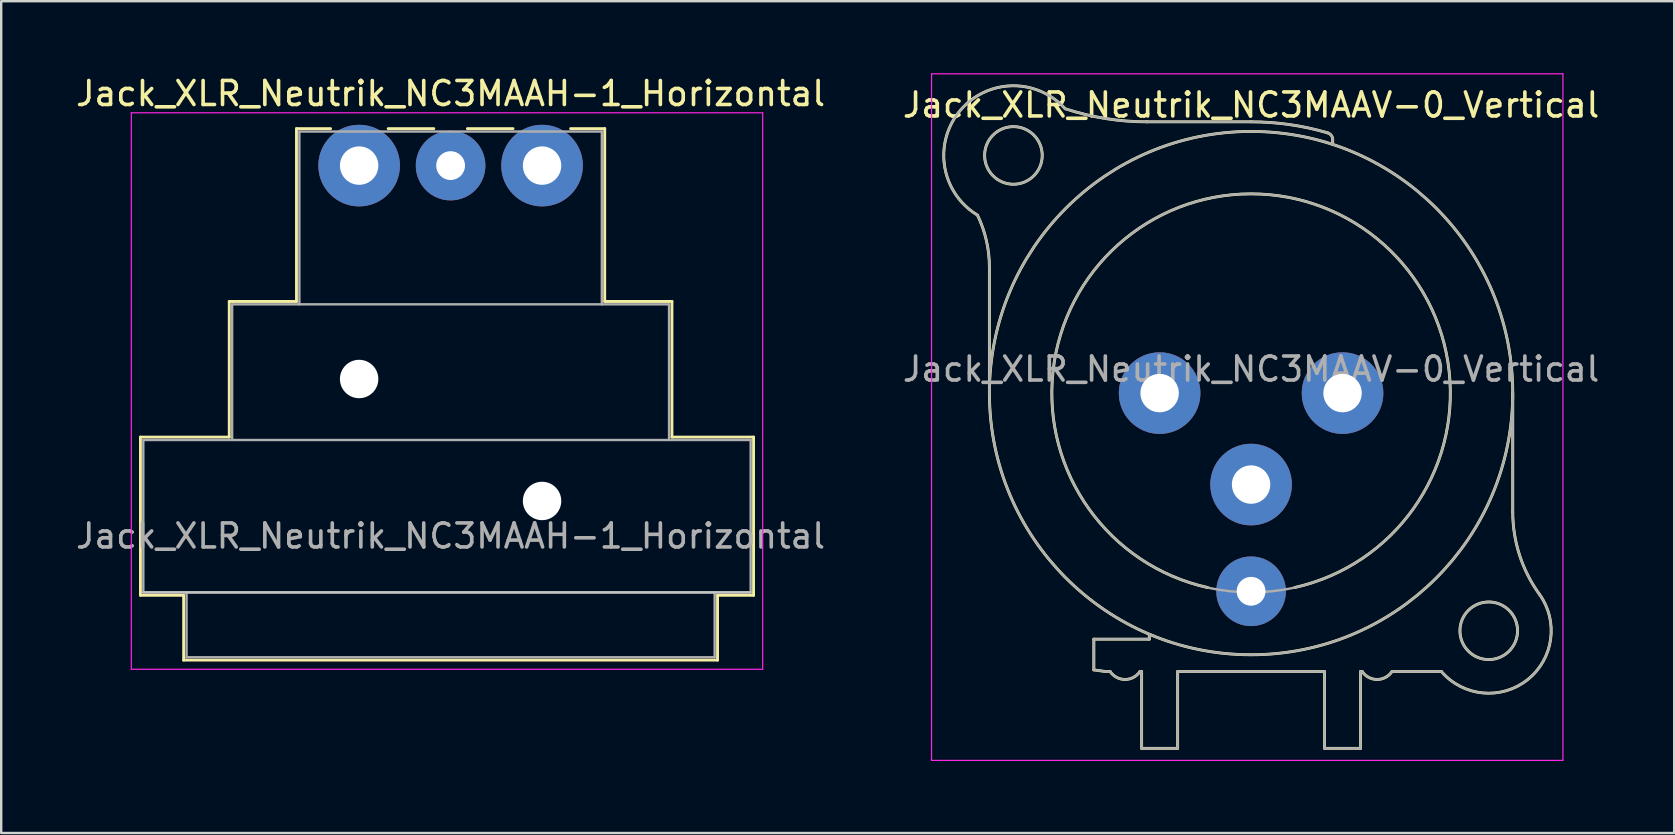
<source format=kicad_pcb>
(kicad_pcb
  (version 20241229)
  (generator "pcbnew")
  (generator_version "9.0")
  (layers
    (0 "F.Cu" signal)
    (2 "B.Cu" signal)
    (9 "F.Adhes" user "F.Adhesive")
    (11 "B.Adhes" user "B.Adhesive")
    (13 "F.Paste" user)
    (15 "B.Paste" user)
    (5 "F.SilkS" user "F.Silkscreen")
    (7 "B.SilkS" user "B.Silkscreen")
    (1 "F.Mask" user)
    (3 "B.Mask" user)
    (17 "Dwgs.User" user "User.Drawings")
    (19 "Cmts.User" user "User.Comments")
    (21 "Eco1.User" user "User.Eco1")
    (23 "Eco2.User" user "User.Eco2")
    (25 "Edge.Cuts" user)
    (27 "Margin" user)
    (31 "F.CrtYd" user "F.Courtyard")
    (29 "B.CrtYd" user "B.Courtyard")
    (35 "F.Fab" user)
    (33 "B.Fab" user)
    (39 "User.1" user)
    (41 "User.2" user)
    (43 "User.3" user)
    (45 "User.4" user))
  (footprint "Jack_XLR_Neutrik_NC3MAAV-0_Vertical"
    (layer "F.Cu")
    (at 45.255 13.325)
    (property "Reference" "Jack_XLR_Neutrik_NC3MAAV-0_Vertical" (at 3.81 -12 0) (layer "F.SilkS") (effects (font (size 1 1) (thickness 0.15))))
    (attr through_hole)
    (fp_line (start -7.09 -5.24) (end -7.09 0) (stroke (width 0.12) (type solid)) (layer "F.SilkS"))
    (fp_line (start -2.74 11.53) (end -2.74 10.25) (stroke (width 0.12) (type solid)) (layer "F.SilkS"))
    (fp_line (start -2.74 11.53) (end -2.24 11.6) (stroke (width 0.12) (type solid)) (layer "F.SilkS"))
    (fp_line (start -2.24 11.6) (end -2.06 11.6) (stroke (width 0.12) (type solid)) (layer "F.SilkS"))
    (fp_line (start -0.75 11.6) (end -0.82 11.6) (stroke (width 0.12) (type solid)) (layer "F.SilkS"))
    (fp_line (start -0.75 11.6) (end -0.75 14.8) (stroke (width 0.12) (type solid)) (layer "F.SilkS"))
    (fp_line (start -0.43 10.25) (end -2.74 10.25) (stroke (width 0.12) (type solid)) (layer "F.SilkS"))
    (fp_line (start -0.43 10.25) (end -0.43 10.05) (stroke (width 0.12) (type solid)) (layer "F.SilkS"))
    (fp_line (start 0.75 11.6) (end 0.75 14.8) (stroke (width 0.12) (type solid)) (layer "F.SilkS"))
    (fp_line (start 0.75 11.6) (end 6.87 11.6) (stroke (width 0.12) (type solid)) (layer "F.SilkS"))
    (fp_line (start 0.75 14.8) (end -0.75 14.8) (stroke (width 0.12) (type solid)) (layer "F.SilkS"))
    (fp_line (start 3.81 -11.3) (end -0.53 -11.3) (stroke (width 0.12) (type solid)) (layer "F.SilkS"))
    (fp_line (start 6.87 11.6) (end 6.87 14.8) (stroke (width 0.12) (type solid)) (layer "F.SilkS"))
    (fp_line (start 7.21 -10.36) (end 7.21 -10.55) (stroke (width 0.12) (type solid)) (layer "F.SilkS"))
    (fp_line (start 8.37 11.6) (end 8.37 14.8) (stroke (width 0.12) (type solid)) (layer "F.SilkS"))
    (fp_line (start 8.37 11.6) (end 8.44 11.6) (stroke (width 0.12) (type solid)) (layer "F.SilkS"))
    (fp_line (start 8.37 14.8) (end 6.87 14.8) (stroke (width 0.12) (type solid)) (layer "F.SilkS"))
    (fp_line (start 9.68 11.6) (end 11.74 11.6) (stroke (width 0.12) (type solid)) (layer "F.SilkS"))
    (fp_line (start 14.71 4.95) (end 14.71 0) (stroke (width 0.12) (type solid)) (layer "F.SilkS"))
    (fp_arc (start -7.588965 -7.414421) (mid -8.331551 -11.74403) (end -3.94 -11.85) (stroke (width 0.12) (type solid)) (layer "F.SilkS"))
    (fp_arc (start -7.584615 -7.408295) (mid -7.215222 -6.351997) (end -7.09 -5.24) (stroke (width 0.12) (type solid)) (layer "F.SilkS"))
    (fp_arc (start -0.820521 11.600769) (mid -1.440464 11.928866) (end -2.06 11.6) (stroke (width 0.12) (type solid)) (layer "F.SilkS"))
    (fp_arc (start -0.53 -11.3) (mid -2.253923 -11.43719) (end -3.934451 -11.845305) (stroke (width 0.12) (type solid)) (layer "F.SilkS"))
    (fp_arc (start 2 8.1) (mid 3.802206 -8.299761) (end 5.635209 8.096586) (stroke (width 0.12) (type solid)) (layer "F.SilkS"))
    (fp_arc (start 3.81 -11.3) (mid 5.421707 -11.184471) (end 7.000458 -10.840248) (stroke (width 0.12) (type solid)) (layer "F.SilkS"))
    (fp_arc (start 7.004232 -10.837678) (mid 7.156013 -10.728814) (end 7.21 -10.55) (stroke (width 0.12) (type solid)) (layer "F.SilkS"))
    (fp_arc (start 9.679479 11.600769) (mid 9.059536 11.928866) (end 8.44 11.6) (stroke (width 0.12) (type solid)) (layer "F.SilkS"))
    (fp_arc (start 15.815277 8.372002) (mid 14.993173 6.748036) (end 14.71 4.95) (stroke (width 0.12) (type solid)) (layer "F.SilkS"))
    (fp_arc (start 15.815343 8.370807) (mid 15.326014 11.93946) (end 11.74 11.6) (stroke (width 0.12) (type solid)) (layer "F.SilkS"))
    (fp_circle (center -6.09 -9.9) (end -4.89 -9.9) (stroke (width 0.12) (type solid)) (fill no) (layer "F.SilkS"))
    (fp_circle (center 3.81 0) (end 14.71 0) (stroke (width 0.12) (type solid)) (fill no) (layer "F.SilkS"))
    (fp_circle (center 13.71 9.9) (end 14.91 9.9) (stroke (width 0.12) (type solid)) (fill no) (layer "F.SilkS"))
    (fp_line (start -9.5 -13.3) (end 16.8 -13.3) (stroke (width 0.05) (type solid)) (layer "F.CrtYd"))
    (fp_line (start -9.5 15.3) (end -9.5 -13.3) (stroke (width 0.05) (type solid)) (layer "F.CrtYd"))
    (fp_line (start 16.8 -13.3) (end 16.8 15.3) (stroke (width 0.05) (type solid)) (layer "F.CrtYd"))
    (fp_line (start 16.8 15.3) (end -9.5 15.3) (stroke (width 0.05) (type solid)) (layer "F.CrtYd"))
    (fp_line (start -7.09 -5.24) (end -7.09 0) (stroke (width 0.1) (type solid)) (layer "F.Fab"))
    (fp_line (start -2.74 11.53) (end -2.74 10.25) (stroke (width 0.1) (type solid)) (layer "F.Fab"))
    (fp_line (start -2.74 11.53) (end -2.24 11.6) (stroke (width 0.1) (type solid)) (layer "F.Fab"))
    (fp_line (start -2.24 11.6) (end -2.06 11.6) (stroke (width 0.1) (type solid)) (layer "F.Fab"))
    (fp_line (start -0.75 11.6) (end -0.82 11.6) (stroke (width 0.1) (type solid)) (layer "F.Fab"))
    (fp_line (start -0.75 11.6) (end -0.75 14.8) (stroke (width 0.1) (type solid)) (layer "F.Fab"))
    (fp_line (start -0.43 10.25) (end -2.74 10.25) (stroke (width 0.1) (type solid)) (layer "F.Fab"))
    (fp_line (start -0.43 10.25) (end -0.43 10.05) (stroke (width 0.1) (type solid)) (layer "F.Fab"))
    (fp_line (start 0.75 11.6) (end 0.75 14.8) (stroke (width 0.1) (type solid)) (layer "F.Fab"))
    (fp_line (start 0.75 11.6) (end 6.87 11.6) (stroke (width 0.1) (type solid)) (layer "F.Fab"))
    (fp_line (start 0.75 14.8) (end -0.75 14.8) (stroke (width 0.1) (type solid)) (layer "F.Fab"))
    (fp_line (start 3.81 -11.3) (end -0.53 -11.3) (stroke (width 0.1) (type solid)) (layer "F.Fab"))
    (fp_line (start 6.87 11.6) (end 6.87 14.8) (stroke (width 0.1) (type solid)) (layer "F.Fab"))
    (fp_line (start 7.21 -10.36) (end 7.21 -10.55) (stroke (width 0.1) (type solid)) (layer "F.Fab"))
    (fp_line (start 8.37 11.6) (end 8.37 14.8) (stroke (width 0.1) (type solid)) (layer "F.Fab"))
    (fp_line (start 8.37 11.6) (end 8.44 11.6) (stroke (width 0.1) (type solid)) (layer "F.Fab"))
    (fp_line (start 8.37 14.8) (end 6.87 14.8) (stroke (width 0.1) (type solid)) (layer "F.Fab"))
    (fp_line (start 9.68 11.6) (end 11.74 11.6) (stroke (width 0.1) (type solid)) (layer "F.Fab"))
    (fp_line (start 14.71 4.95) (end 14.71 0) (stroke (width 0.1) (type solid)) (layer "F.Fab"))
    (fp_arc (start -7.588965 -7.414421) (mid -8.331551 -11.74403) (end -3.94 -11.85) (stroke (width 0.1) (type solid)) (layer "F.Fab"))
    (fp_arc (start -7.584615 -7.408295) (mid -7.215222 -6.351997) (end -7.09 -5.24) (stroke (width 0.1) (type solid)) (layer "F.Fab"))
    (fp_arc (start -0.820521 11.600769) (mid -1.440464 11.928866) (end -2.06 11.6) (stroke (width 0.1) (type solid)) (layer "F.Fab"))
    (fp_arc (start -0.53 -11.3) (mid -2.253923 -11.43719) (end -3.934451 -11.845305) (stroke (width 0.1) (type solid)) (layer "F.Fab"))
    (fp_arc (start 3.81 -11.3) (mid 5.421707 -11.184471) (end 7.000458 -10.840248) (stroke (width 0.1) (type solid)) (layer "F.Fab"))
    (fp_arc (start 7.004232 -10.837678) (mid 7.156013 -10.728814) (end 7.21 -10.55) (stroke (width 0.1) (type solid)) (layer "F.Fab"))
    (fp_arc (start 9.679479 11.600769) (mid 9.059536 11.928866) (end 8.44 11.6) (stroke (width 0.1) (type solid)) (layer "F.Fab"))
    (fp_arc (start 15.815277 8.372002) (mid 14.993173 6.748036) (end 14.71 4.95) (stroke (width 0.1) (type solid)) (layer "F.Fab"))
    (fp_arc (start 15.815343 8.370807) (mid 15.326014 11.93946) (end 11.74 11.6) (stroke (width 0.1) (type solid)) (layer "F.Fab"))
    (fp_circle (center -6.09 -9.9) (end -4.89 -9.9) (stroke (width 0.1) (type solid)) (fill no) (layer "F.Fab"))
    (fp_circle (center 3.81 0) (end 12.11 0) (stroke (width 0.1) (type solid)) (fill no) (layer "F.Fab"))
    (fp_circle (center 3.81 0) (end 14.71 0) (stroke (width 0.1) (type solid)) (fill no) (layer "F.Fab"))
    (fp_circle (center 13.71 9.9) (end 14.91 9.9) (stroke (width 0.1) (type solid)) (fill no) (layer "F.Fab"))
    (fp_text user "${REFERENCE}" (at 3.81 -1 0) (layer "F.Fab") (effects (font (size 1 1) (thickness 0.15))))
    (pad "1" thru_hole circle (at 0 0) (size 3.4 3.4) (drill 1.6) (layers "*.Cu" "*.Mask"))
    (pad "2" thru_hole circle (at 7.62 0) (size 3.4 3.4) (drill 1.6) (layers "*.Cu" "*.Mask"))
    (pad "3" thru_hole circle (at 3.81 3.81) (size 3.4 3.4) (drill 1.6) (layers "*.Cu" "*.Mask"))
    (pad "G" thru_hole circle (at 3.81 8.255) (size 2.9 2.9) (drill 1.2) (layers "*.Cu" "*.Mask")))
  (footprint "Jack_XLR_Neutrik_NC3MAAH-1_Horizontal"
    (layer "F.Cu")
    (at 11.91 3.848)
    (property "Reference" "Jack_XLR_Neutrik_NC3MAAH-1_Horizontal" (at 3.81 -3 0) (layer "F.SilkS") (effects (font (size 1 1) (thickness 0.15))))
    (attr through_hole)
    (fp_line (start -9.11 11.31) (end -5.41 11.31) (stroke (width 0.12) (type solid)) (layer "F.SilkS"))
    (fp_line (start -9.11 17.9) (end -9.11 11.31) (stroke (width 0.12) (type solid)) (layer "F.SilkS"))
    (fp_line (start -7.31 17.9) (end -9.11 17.9) (stroke (width 0.12) (type solid)) (layer "F.SilkS"))
    (fp_line (start -7.31 17.9) (end -7.31 20.6) (stroke (width 0.12) (type solid)) (layer "F.SilkS"))
    (fp_line (start -5.41 11.31) (end -5.41 5.66) (stroke (width 0.12) (type solid)) (layer "F.SilkS"))
    (fp_line (start -2.61 5.66) (end -5.41 5.66) (stroke (width 0.12) (type solid)) (layer "F.SilkS"))
    (fp_line (start -2.61 5.66) (end -2.61 -1.54) (stroke (width 0.12) (type solid)) (layer "F.SilkS"))
    (fp_line (start -1.19 -1.54) (end -2.61 -1.54) (stroke (width 0.12) (type solid)) (layer "F.SilkS"))
    (fp_line (start 3.11 -1.54) (end 1.21 -1.54) (stroke (width 0.12) (type solid)) (layer "F.SilkS"))
    (fp_line (start 4.51 -1.54) (end 6.41 -1.54) (stroke (width 0.12) (type solid)) (layer "F.SilkS"))
    (fp_line (start 10.23 -1.54) (end 8.81 -1.54) (stroke (width 0.12) (type solid)) (layer "F.SilkS"))
    (fp_line (start 10.23 5.66) (end 10.23 -1.54) (stroke (width 0.12) (type solid)) (layer "F.SilkS"))
    (fp_line (start 10.23 5.66) (end 13.03 5.66) (stroke (width 0.12) (type solid)) (layer "F.SilkS"))
    (fp_line (start 13.03 11.31) (end 13.03 5.66) (stroke (width 0.12) (type solid)) (layer "F.SilkS"))
    (fp_line (start 13.03 11.31) (end 16.43 11.31) (stroke (width 0.12) (type solid)) (layer "F.SilkS"))
    (fp_line (start 14.93 17.9) (end 14.93 20.6) (stroke (width 0.12) (type solid)) (layer "F.SilkS"))
    (fp_line (start 14.93 20.6) (end -7.31 20.6) (stroke (width 0.12) (type solid)) (layer "F.SilkS"))
    (fp_line (start 16.43 17.9) (end 14.93 17.9) (stroke (width 0.12) (type solid)) (layer "F.SilkS"))
    (fp_line (start 16.43 17.9) (end 16.43 11.31) (stroke (width 0.12) (type solid)) (layer "F.SilkS"))
    (fp_line (start 16.31 17.78) (end -8.99 17.78) (stroke (width 0.1) (type solid)) (layer "Dwgs.User"))
    (fp_line (start -9.49 20.98) (end -9.49 -2.2) (stroke (width 0.05) (type solid)) (layer "F.CrtYd"))
    (fp_line (start 16.81 -2.2) (end -9.49 -2.2) (stroke (width 0.05) (type solid)) (layer "F.CrtYd"))
    (fp_line (start 16.81 20.98) (end -9.49 20.98) (stroke (width 0.05) (type solid)) (layer "F.CrtYd"))
    (fp_line (start 16.81 20.98) (end 16.81 -2.2) (stroke (width 0.05) (type solid)) (layer "F.CrtYd"))
    (fp_line (start -8.99 11.43) (end 16.31 11.43) (stroke (width 0.1) (type solid)) (layer "F.Fab"))
    (fp_line (start -8.99 17.78) (end -8.99 11.43) (stroke (width 0.1) (type solid)) (layer "F.Fab"))
    (fp_line (start -7.19 20.48) (end -7.19 17.78) (stroke (width 0.1) (type solid)) (layer "F.Fab"))
    (fp_line (start -5.29 5.78) (end -5.29 11.43) (stroke (width 0.1) (type solid)) (layer "F.Fab"))
    (fp_line (start -5.29 5.78) (end 12.91 5.78) (stroke (width 0.1) (type solid)) (layer "F.Fab"))
    (fp_line (start -2.49 5.78) (end -2.49 -1.42) (stroke (width 0.1) (type solid)) (layer "F.Fab"))
    (fp_line (start 10.11 -1.42) (end -2.49 -1.42) (stroke (width 0.1) (type solid)) (layer "F.Fab"))
    (fp_line (start 10.11 5.78) (end 10.11 -1.42) (stroke (width 0.1) (type solid)) (layer "F.Fab"))
    (fp_line (start 12.91 11.43) (end 12.91 5.78) (stroke (width 0.1) (type solid)) (layer "F.Fab"))
    (fp_line (start 14.81 17.78) (end 14.81 20.48) (stroke (width 0.1) (type solid)) (layer "F.Fab"))
    (fp_line (start 14.81 20.48) (end -7.19 20.48) (stroke (width 0.1) (type solid)) (layer "F.Fab"))
    (fp_line (start 16.31 11.43) (end 16.31 17.78) (stroke (width 0.1) (type solid)) (layer "F.Fab"))
    (fp_line (start 16.31 17.78) (end -8.99 17.78) (stroke (width 0.1) (type solid)) (layer "F.Fab"))
    (fp_text user "${REFERENCE}" (at 3.81 15.43 0) (layer "F.Fab") (effects (font (size 1 1) (thickness 0.15))))
    (pad "" np_thru_hole circle (at 0 8.89) (size 1.6 1.6) (drill 1.6) (layers "*.Cu" "*.Mask"))
    (pad "" np_thru_hole circle (at 7.62 13.97) (size 1.6 1.6) (drill 1.6) (layers "*.Cu" "*.Mask"))
    (pad "1" thru_hole circle (at 0 0) (size 3.4 3.4) (drill 1.6) (layers "*.Cu" "*.Mask"))
    (pad "2" thru_hole circle (at 7.62 0) (size 3.4 3.4) (drill 1.6) (layers "*.Cu" "*.Mask"))
    (pad "3" thru_hole circle (at 3.81 0) (size 2.9 2.9) (drill 1.2) (layers "*.Cu" "*.Mask")))
  (gr_rect
    (start -3 -3)
    (end 66.69 31.65)
    (stroke (width 0.1) (type default))
    (fill no)
    (layer "Edge.Cuts")))
</source>
